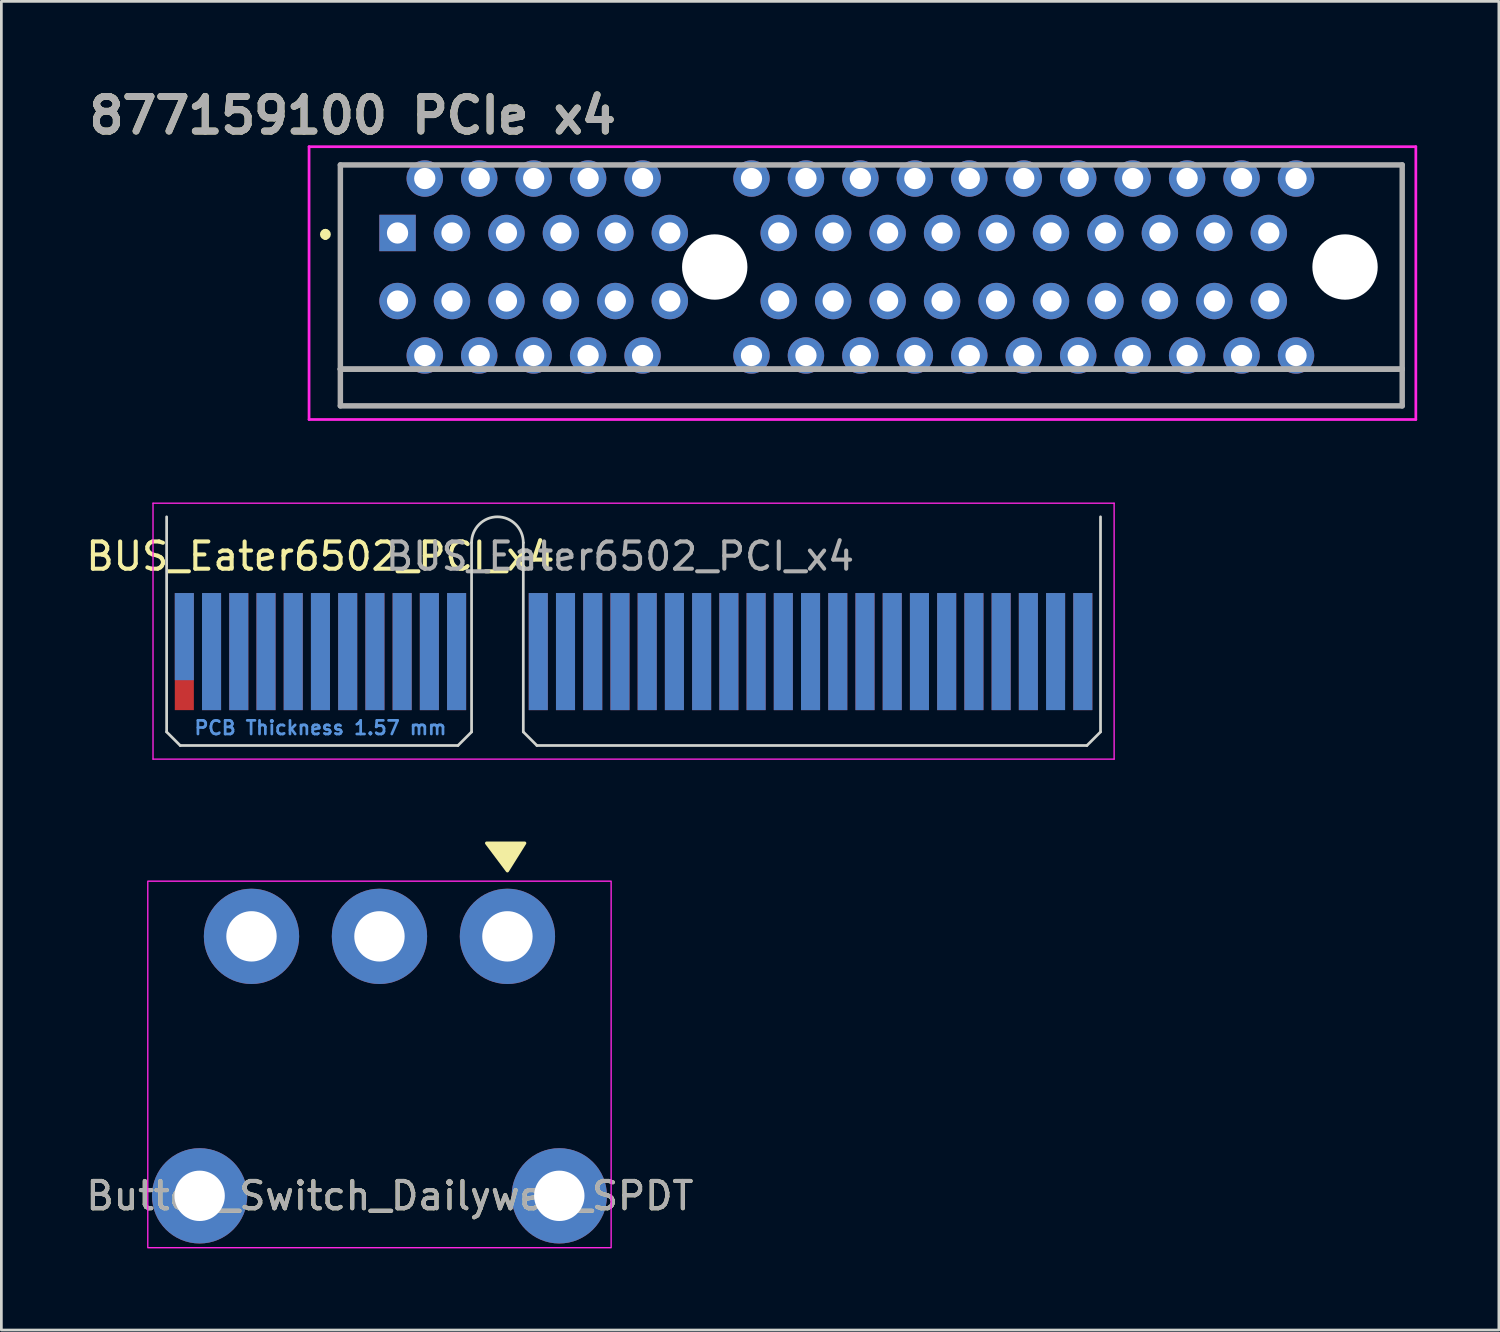
<source format=kicad_pcb>
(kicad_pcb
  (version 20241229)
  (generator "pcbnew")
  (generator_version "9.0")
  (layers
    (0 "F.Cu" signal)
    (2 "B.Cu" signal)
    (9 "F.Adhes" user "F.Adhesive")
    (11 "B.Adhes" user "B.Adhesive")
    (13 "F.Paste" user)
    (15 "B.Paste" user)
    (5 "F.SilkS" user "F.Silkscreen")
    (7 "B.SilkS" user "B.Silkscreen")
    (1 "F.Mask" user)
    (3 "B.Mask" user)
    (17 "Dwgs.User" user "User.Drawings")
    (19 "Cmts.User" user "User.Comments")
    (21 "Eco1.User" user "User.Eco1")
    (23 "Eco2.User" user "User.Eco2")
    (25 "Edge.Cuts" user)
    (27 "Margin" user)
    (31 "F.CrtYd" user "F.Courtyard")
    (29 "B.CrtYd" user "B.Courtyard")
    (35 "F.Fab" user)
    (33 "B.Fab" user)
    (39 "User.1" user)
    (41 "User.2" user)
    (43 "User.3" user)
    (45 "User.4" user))
  (footprint "Button_Switch_Dailywell_SPDT"
    (layer "F.Cu")
    (at 10.887 40.871)
    (property "Reference" "Button_Switch_Dailywell_SPDT" (at 0.381 0 0) (unlocked yes) (layer "F.SilkS") (effects (font (size 1 1) (thickness 0.15))))
    (attr through_hole)
    (fp_poly (pts (xy 4.699 -11.938) (xy 3.937 -12.954) (xy 5.334 -12.954)) (stroke (width 0.12) (type solid)) (fill yes) (layer "F.SilkS"))
    (fp_rect (start -8.509 1.905) (end 8.509 -11.557) (stroke (width 0.05) (type solid)) (fill no) (layer "F.CrtYd"))
    (fp_text user "${REFERENCE}" (at 0.381 0 0) (unlocked yes) (layer "F.Fab") (effects (font (size 1 1) (thickness 0.15))))
    (pad "1" thru_hole circle (at 4.7 -9.53) (size 3.5 3.5) (drill 1.85) (layers "*.Cu" "*.Mask"))
    (pad "2" thru_hole circle (at 0 -9.53) (size 3.5 3.5) (drill 1.85) (layers "*.Cu" "*.Mask"))
    (pad "3" thru_hole circle (at -4.7 -9.53) (size 3.5 3.5) (drill 1.85) (layers "*.Cu" "*.Mask"))
    (pad "MP" thru_hole circle (at -6.605 0) (size 3.5 3.5) (drill 1.85) (layers "*.Cu" "*.Mask"))
    (pad "MP" thru_hole circle (at 6.605 0 90) (size 3.5 3.5) (drill 1.85) (layers "*.Cu" "*.Mask")))
  (footprint "BUS_Eater6502_PCI_x4"
    (layer "F.Cu")
    (at 3.72 20.882)
    (property "Reference" "BUS_Eater6502_PCI_x4" (at 5 -3.5 0) (layer "F.SilkS") (effects (font (size 1 1) (thickness 0.15))))
    (attr exclude_from_pos_files)
    (fp_line (start -0.65 -4.95) (end -0.65 2.95) (stroke (width 0.1) (type solid)) (layer "Edge.Cuts"))
    (fp_line (start -0.65 2.95) (end -0.15 3.45) (stroke (width 0.1) (type solid)) (layer "Edge.Cuts"))
    (fp_line (start -0.15 3.45) (end 10.05 3.45) (stroke (width 0.1) (type solid)) (layer "Edge.Cuts"))
    (fp_line (start 10.55 -4) (end 10.55 2.95) (stroke (width 0.1) (type solid)) (layer "Edge.Cuts"))
    (fp_line (start 10.55 2.95) (end 10.05 3.45) (stroke (width 0.1) (type solid)) (layer "Edge.Cuts"))
    (fp_line (start 12.45 -4) (end 12.45 2.95) (stroke (width 0.1) (type solid)) (layer "Edge.Cuts"))
    (fp_line (start 12.45 2.95) (end 12.95 3.45) (stroke (width 0.1) (type solid)) (layer "Edge.Cuts"))
    (fp_line (start 12.95 3.45) (end 33.15 3.45) (stroke (width 0.1) (type solid)) (layer "Edge.Cuts"))
    (fp_line (start 33.65 -4.95) (end 33.65 2.95) (stroke (width 0.1) (type solid)) (layer "Edge.Cuts"))
    (fp_line (start 33.65 2.95) (end 33.15 3.45) (stroke (width 0.1) (type solid)) (layer "Edge.Cuts"))
    (fp_arc (start 10.55 -4) (mid 11.5 -4.95) (end 12.45 -4) (stroke (width 0.1) (type solid)) (layer "Edge.Cuts"))
    (fp_line (start -1.15 -5.45) (end -1.15 3.95) (stroke (width 0.05) (type solid)) (layer "F.CrtYd"))
    (fp_line (start -1.15 -5.45) (end 34.15 -5.45) (stroke (width 0.05) (type solid)) (layer "F.CrtYd"))
    (fp_line (start 34.15 3.95) (end -1.15 3.95) (stroke (width 0.05) (type solid)) (layer "F.CrtYd"))
    (fp_line (start 34.15 3.95) (end 34.15 -5.45) (stroke (width 0.05) (type solid)) (layer "F.CrtYd"))
    (fp_text user "PCB Thickness 1.57 mm" (at 5 2.8 0) (layer "Cmts.User") (effects (font (size 0.5 0.5) (thickness 0.1))))
    (fp_text user "${REFERENCE}" (at 16 -3.5 0) (layer "F.Fab") (effects (font (size 1 1) (thickness 0.15))))
    (pad "A1" connect rect (at 0 -0.55 180) (size 0.7 3.2) (layers "B.Cu" "B.Mask"))
    (pad "A2" connect rect (at 1 0 180) (size 0.7 4.3) (layers "B.Cu" "B.Mask"))
    (pad "A3" connect rect (at 2 0 180) (size 0.7 4.3) (layers "B.Cu" "B.Mask"))
    (pad "A4" connect rect (at 3 0 180) (size 0.7 4.3) (layers "B.Cu" "B.Mask"))
    (pad "A5" connect rect (at 4 0 180) (size 0.7 4.3) (layers "B.Cu" "B.Mask"))
    (pad "A6" connect rect (at 5 0 180) (size 0.7 4.3) (layers "B.Cu" "B.Mask"))
    (pad "A7" connect rect (at 6 0 180) (size 0.7 4.3) (layers "B.Cu" "B.Mask"))
    (pad "A8" connect rect (at 7 0 180) (size 0.7 4.3) (layers "B.Cu" "B.Mask"))
    (pad "A9" connect rect (at 8 0 180) (size 0.7 4.3) (layers "B.Cu" "B.Mask"))
    (pad "A10" connect rect (at 9 0 180) (size 0.7 4.3) (layers "B.Cu" "B.Mask"))
    (pad "A11" connect rect (at 10 0 180) (size 0.7 4.3) (layers "B.Cu" "B.Mask"))
    (pad "A12" connect rect (at 13 0 180) (size 0.7 4.3) (layers "B.Cu" "B.Mask"))
    (pad "A13" connect rect (at 14 0 180) (size 0.7 4.3) (layers "B.Cu" "B.Mask"))
    (pad "A14" connect rect (at 15 0 180) (size 0.7 4.3) (layers "B.Cu" "B.Mask"))
    (pad "A15" connect rect (at 16 0 180) (size 0.7 4.3) (layers "B.Cu" "B.Mask"))
    (pad "A16" connect rect (at 17 0 180) (size 0.7 4.3) (layers "B.Cu" "B.Mask"))
    (pad "A17" connect rect (at 18 0 180) (size 0.7 4.3) (layers "B.Cu" "B.Mask"))
    (pad "A18" connect rect (at 19 0 180) (size 0.7 4.3) (layers "B.Cu" "B.Mask"))
    (pad "A19" connect rect (at 20 0 180) (size 0.7 4.3) (layers "B.Cu" "B.Mask"))
    (pad "A20" connect rect (at 21 0 180) (size 0.7 4.3) (layers "B.Cu" "B.Mask"))
    (pad "A21" connect rect (at 22 0 180) (size 0.7 4.3) (layers "B.Cu" "B.Mask"))
    (pad "A22" connect rect (at 23 0 180) (size 0.7 4.3) (layers "B.Cu" "B.Mask"))
    (pad "A23" connect rect (at 24 0 180) (size 0.7 4.3) (layers "B.Cu" "B.Mask"))
    (pad "A24" connect rect (at 25 0 180) (size 0.7 4.3) (layers "B.Cu" "B.Mask"))
    (pad "A25" connect rect (at 26 0 180) (size 0.7 4.3) (layers "B.Cu" "B.Mask"))
    (pad "A26" connect rect (at 27 0 180) (size 0.7 4.3) (layers "B.Cu" "B.Mask"))
    (pad "A27" connect rect (at 28 0 180) (size 0.7 4.3) (layers "B.Cu" "B.Mask"))
    (pad "A28" connect rect (at 29 0 180) (size 0.7 4.3) (layers "B.Cu" "B.Mask"))
    (pad "A29" connect rect (at 30 0 180) (size 0.7 4.3) (layers "B.Cu" "B.Mask"))
    (pad "A30" connect rect (at 31 0 180) (size 0.7 4.3) (layers "B.Cu" "B.Mask"))
    (pad "A31" connect rect (at 32 0 180) (size 0.7 4.3) (layers "B.Cu" "B.Mask"))
    (pad "A32" connect rect (at 33 0 180) (size 0.7 4.3) (layers "B.Cu" "B.Mask"))
    (pad "B1" connect rect (at 0 0 180) (size 0.7 4.3) (layers "F.Cu" "F.Mask"))
    (pad "B2" connect rect (at 1 0 180) (size 0.7 4.3) (layers "F.Cu" "F.Mask"))
    (pad "B3" connect rect (at 2 0 180) (size 0.7 4.3) (layers "F.Cu" "F.Mask"))
    (pad "B4" connect rect (at 3 0 180) (size 0.7 4.3) (layers "F.Cu" "F.Mask"))
    (pad "B5" connect rect (at 4 0 180) (size 0.7 4.3) (layers "F.Cu" "F.Mask"))
    (pad "B6" connect rect (at 5 0 180) (size 0.7 4.3) (layers "F.Cu" "F.Mask"))
    (pad "B7" connect rect (at 6 0 180) (size 0.7 4.3) (layers "F.Cu" "F.Mask"))
    (pad "B8" connect rect (at 7 0 180) (size 0.7 4.3) (layers "F.Cu" "F.Mask"))
    (pad "B9" connect rect (at 8 0 180) (size 0.7 4.3) (layers "F.Cu" "F.Mask"))
    (pad "B10" connect rect (at 9 0 180) (size 0.7 4.3) (layers "F.Cu" "F.Mask"))
    (pad "B11" connect rect (at 10 0 180) (size 0.7 4.3) (layers "F.Cu" "F.Mask"))
    (pad "B12" connect rect (at 13 0 180) (size 0.7 4.3) (layers "F.Cu" "F.Mask"))
    (pad "B13" connect rect (at 14 0 180) (size 0.7 4.3) (layers "F.Cu" "F.Mask"))
    (pad "B14" connect rect (at 15 0 180) (size 0.7 4.3) (layers "F.Cu" "F.Mask"))
    (pad "B15" connect rect (at 16 0 180) (size 0.7 4.3) (layers "F.Cu" "F.Mask"))
    (pad "B16" connect rect (at 17 0 180) (size 0.7 4.3) (layers "F.Cu" "F.Mask"))
    (pad "B17" connect rect (at 18 0 180) (size 0.7 4.3) (layers "F.Cu" "F.Mask"))
    (pad "B18" connect rect (at 19 0 180) (size 0.7 4.3) (layers "F.Cu" "F.Mask"))
    (pad "B19" connect rect (at 20 0 180) (size 0.7 4.3) (layers "F.Cu" "F.Mask"))
    (pad "B20" connect rect (at 21 0 180) (size 0.7 4.3) (layers "F.Cu" "F.Mask"))
    (pad "B21" connect rect (at 22 0 180) (size 0.7 4.3) (layers "F.Cu" "F.Mask"))
    (pad "B22" connect rect (at 23 0 180) (size 0.7 4.3) (layers "F.Cu" "F.Mask"))
    (pad "B23" connect rect (at 24 0 180) (size 0.7 4.3) (layers "F.Cu" "F.Mask"))
    (pad "B24" connect rect (at 25 0 180) (size 0.7 4.3) (layers "F.Cu" "F.Mask"))
    (pad "B25" connect rect (at 26 0 180) (size 0.7 4.3) (layers "F.Cu" "F.Mask"))
    (pad "B26" connect rect (at 27 0 180) (size 0.7 4.3) (layers "F.Cu" "F.Mask"))
    (pad "B27" connect rect (at 28 0 180) (size 0.7 4.3) (layers "F.Cu" "F.Mask"))
    (pad "B28" connect rect (at 29 0 180) (size 0.7 4.3) (layers "F.Cu" "F.Mask"))
    (pad "B29" connect rect (at 30 0 180) (size 0.7 4.3) (layers "F.Cu" "F.Mask"))
    (pad "B30" connect rect (at 31 0 180) (size 0.7 4.3) (layers "F.Cu" "F.Mask"))
    (pad "B31" connect rect (at 32 -0.55 180) (size 0.7 3.2) (layers "F.Cu" "F.Mask"))
    (pad "B32" connect rect (at 33 0 180) (size 0.7 4.3) (layers "F.Cu" "F.Mask")))
  (footprint "877159100 PCIe x4"
    (layer "F.Cu")
    (at 11.551 5.507)
    (property "Reference" "877159100 PCIe x4" (at -1.651 -4.318 0) (layer "F.SilkS") (effects (font (size 1.27 1.27) (thickness 0.254))))
    (attr through_hole)
    (fp_line (start -2.65 -0.05) (end -2.65 -0.05) (stroke (width 0.2) (type solid)) (layer "F.SilkS"))
    (fp_line (start -2.65 0.15) (end -2.65 0.15) (stroke (width 0.2) (type solid)) (layer "F.SilkS"))
    (fp_line (start -2.1 -2.5) (end -2.1 5) (stroke (width 0.1) (type solid)) (layer "F.SilkS"))
    (fp_line (start -2.1 5) (end -0.1 5) (stroke (width 0.1) (type solid)) (layer "F.SilkS"))
    (fp_line (start -0.1 -2.5) (end -2.1 -2.5) (stroke (width 0.1) (type solid)) (layer "F.SilkS"))
    (fp_line (start 10.4 -2.5) (end 11.4 -2.5) (stroke (width 0.1) (type solid)) (layer "F.SilkS"))
    (fp_line (start 10.4 5) (end 11.4 5) (stroke (width 0.1) (type solid)) (layer "F.SilkS"))
    (fp_line (start 34.4 -2.5) (end 36.9 -2.5) (stroke (width 0.1) (type solid)) (layer "F.SilkS"))
    (fp_line (start 36.9 -2.5) (end 36.9 5) (stroke (width 0.1) (type solid)) (layer "F.SilkS"))
    (fp_line (start 36.9 5) (end 34.4 5) (stroke (width 0.1) (type solid)) (layer "F.SilkS"))
    (fp_arc (start -2.65 -0.05) (mid -2.55 0.05) (end -2.65 0.15) (stroke (width 0.2) (type solid)) (layer "F.SilkS"))
    (fp_arc (start -2.65 0.15) (mid -2.75 0.05) (end -2.65 -0.05) (stroke (width 0.2) (type solid)) (layer "F.SilkS"))
    (fp_line (start -3.25 -3.169) (end 37.4 -3.169) (stroke (width 0.1) (type solid)) (layer "F.CrtYd"))
    (fp_line (start -3.25 6.85) (end -3.25 -3.169) (stroke (width 0.1) (type solid)) (layer "F.CrtYd"))
    (fp_line (start 37.4 -3.169) (end 37.4 6.85) (stroke (width 0.1) (type solid)) (layer "F.CrtYd"))
    (fp_line (start 37.4 6.85) (end -3.25 6.85) (stroke (width 0.1) (type solid)) (layer "F.CrtYd"))
    (fp_line (start -2.1 -2.5) (end 36.9 -2.5) (stroke (width 0.2) (type solid)) (layer "F.Fab"))
    (fp_line (start -2.1 5) (end -2.1 -2.5) (stroke (width 0.2) (type solid)) (layer "F.Fab"))
    (fp_line (start -2.1 5) (end 36.9 5) (stroke (width 0.2) (type solid)) (layer "F.Fab"))
    (fp_line (start -2.1 6.35) (end -2.1 5) (stroke (width 0.2) (type solid)) (layer "F.Fab"))
    (fp_line (start 36.9 -2.5) (end 36.9 5) (stroke (width 0.2) (type solid)) (layer "F.Fab"))
    (fp_line (start 36.9 5) (end -2.1 5) (stroke (width 0.2) (type solid)) (layer "F.Fab"))
    (fp_line (start 36.9 5) (end 36.9 6.35) (stroke (width 0.2) (type solid)) (layer "F.Fab"))
    (fp_line (start 36.9 6.35) (end -2.1 6.35) (stroke (width 0.2) (type solid)) (layer "F.Fab"))
    (fp_text user "${REFERENCE}" (at -1.651 -4.318 0) (layer "F.Fab") (effects (font (size 1.27 1.27) (thickness 0.254))))
    (pad "" np_thru_hole circle (at 11.65 1.25) (size 2.4 2.4) (drill 2.4) (layers "*.Cu" "*.Mask"))
    (pad "" np_thru_hole circle (at 34.8 1.25) (size 2.4 2.4) (drill 2.4) (layers "*.Cu" "*.Mask"))
    (pad "A1" thru_hole rect (at 0 0) (size 1.337 1.337) (drill 0.78) (layers "*.Cu" "*.Mask"))
    (pad "A2" thru_hole circle (at 1 -2) (size 1.337 1.337) (drill 0.78) (layers "*.Cu" "*.Mask"))
    (pad "A3" thru_hole circle (at 2 0) (size 1.337 1.337) (drill 0.78) (layers "*.Cu" "*.Mask"))
    (pad "A4" thru_hole circle (at 3 -2) (size 1.337 1.337) (drill 0.78) (layers "*.Cu" "*.Mask"))
    (pad "A5" thru_hole circle (at 4 0) (size 1.337 1.337) (drill 0.78) (layers "*.Cu" "*.Mask"))
    (pad "A6" thru_hole circle (at 5 -2) (size 1.337 1.337) (drill 0.78) (layers "*.Cu" "*.Mask"))
    (pad "A7" thru_hole circle (at 6 0) (size 1.337 1.337) (drill 0.78) (layers "*.Cu" "*.Mask"))
    (pad "A8" thru_hole circle (at 7 -2) (size 1.337 1.337) (drill 0.78) (layers "*.Cu" "*.Mask"))
    (pad "A9" thru_hole circle (at 8 0) (size 1.337 1.337) (drill 0.78) (layers "*.Cu" "*.Mask"))
    (pad "A10" thru_hole circle (at 9 -2) (size 1.337 1.337) (drill 0.78) (layers "*.Cu" "*.Mask"))
    (pad "A11" thru_hole circle (at 10 0) (size 1.337 1.337) (drill 0.78) (layers "*.Cu" "*.Mask"))
    (pad "A12" thru_hole circle (at 13 -2) (size 1.337 1.337) (drill 0.78) (layers "*.Cu" "*.Mask"))
    (pad "A13" thru_hole circle (at 14 0) (size 1.337 1.337) (drill 0.78) (layers "*.Cu" "*.Mask"))
    (pad "A14" thru_hole circle (at 15 -2) (size 1.337 1.337) (drill 0.78) (layers "*.Cu" "*.Mask"))
    (pad "A15" thru_hole circle (at 16 0) (size 1.337 1.337) (drill 0.78) (layers "*.Cu" "*.Mask"))
    (pad "A16" thru_hole circle (at 17 -2) (size 1.337 1.337) (drill 0.78) (layers "*.Cu" "*.Mask"))
    (pad "A17" thru_hole circle (at 18 0) (size 1.337 1.337) (drill 0.78) (layers "*.Cu" "*.Mask"))
    (pad "A18" thru_hole circle (at 19 -2) (size 1.337 1.337) (drill 0.78) (layers "*.Cu" "*.Mask"))
    (pad "A19" thru_hole circle (at 20 0) (size 1.337 1.337) (drill 0.78) (layers "*.Cu" "*.Mask"))
    (pad "A20" thru_hole circle (at 21 -2) (size 1.337 1.337) (drill 0.78) (layers "*.Cu" "*.Mask"))
    (pad "A21" thru_hole circle (at 22 0) (size 1.337 1.337) (drill 0.78) (layers "*.Cu" "*.Mask"))
    (pad "A22" thru_hole circle (at 23 -2) (size 1.337 1.337) (drill 0.78) (layers "*.Cu" "*.Mask"))
    (pad "A23" thru_hole circle (at 24 0) (size 1.337 1.337) (drill 0.78) (layers "*.Cu" "*.Mask"))
    (pad "A24" thru_hole circle (at 25 -2) (size 1.337 1.337) (drill 0.78) (layers "*.Cu" "*.Mask"))
    (pad "A25" thru_hole circle (at 26 0) (size 1.337 1.337) (drill 0.78) (layers "*.Cu" "*.Mask"))
    (pad "A26" thru_hole circle (at 27 -2) (size 1.337 1.337) (drill 0.78) (layers "*.Cu" "*.Mask"))
    (pad "A27" thru_hole circle (at 28 0) (size 1.337 1.337) (drill 0.78) (layers "*.Cu" "*.Mask"))
    (pad "A28" thru_hole circle (at 29 -2) (size 1.337 1.337) (drill 0.78) (layers "*.Cu" "*.Mask"))
    (pad "A29" thru_hole circle (at 30 0) (size 1.337 1.337) (drill 0.78) (layers "*.Cu" "*.Mask"))
    (pad "A30" thru_hole circle (at 31 -2) (size 1.337 1.337) (drill 0.78) (layers "*.Cu" "*.Mask"))
    (pad "A31" thru_hole circle (at 32 0) (size 1.337 1.337) (drill 0.78) (layers "*.Cu" "*.Mask"))
    (pad "A32" thru_hole circle (at 33 -2) (size 1.337 1.337) (drill 0.78) (layers "*.Cu" "*.Mask"))
    (pad "B1" thru_hole circle (at 0 2.5) (size 1.337 1.337) (drill 0.78) (layers "*.Cu" "*.Mask"))
    (pad "B2" thru_hole circle (at 1 4.5) (size 1.337 1.337) (drill 0.78) (layers "*.Cu" "*.Mask"))
    (pad "B3" thru_hole circle (at 2 2.5) (size 1.337 1.337) (drill 0.78) (layers "*.Cu" "*.Mask"))
    (pad "B4" thru_hole circle (at 3 4.5) (size 1.337 1.337) (drill 0.78) (layers "*.Cu" "*.Mask"))
    (pad "B5" thru_hole circle (at 4 2.5) (size 1.337 1.337) (drill 0.78) (layers "*.Cu" "*.Mask"))
    (pad "B6" thru_hole circle (at 5 4.5) (size 1.337 1.337) (drill 0.78) (layers "*.Cu" "*.Mask"))
    (pad "B7" thru_hole circle (at 6 2.5) (size 1.337 1.337) (drill 0.78) (layers "*.Cu" "*.Mask"))
    (pad "B8" thru_hole circle (at 7 4.5) (size 1.337 1.337) (drill 0.78) (layers "*.Cu" "*.Mask"))
    (pad "B9" thru_hole circle (at 8 2.5) (size 1.337 1.337) (drill 0.78) (layers "*.Cu" "*.Mask"))
    (pad "B10" thru_hole circle (at 9 4.5) (size 1.337 1.337) (drill 0.78) (layers "*.Cu" "*.Mask"))
    (pad "B11" thru_hole circle (at 10 2.5) (size 1.337 1.337) (drill 0.78) (layers "*.Cu" "*.Mask"))
    (pad "B12" thru_hole circle (at 13 4.5) (size 1.337 1.337) (drill 0.78) (layers "*.Cu" "*.Mask"))
    (pad "B13" thru_hole circle (at 14 2.5) (size 1.337 1.337) (drill 0.78) (layers "*.Cu" "*.Mask"))
    (pad "B14" thru_hole circle (at 15 4.5) (size 1.337 1.337) (drill 0.78) (layers "*.Cu" "*.Mask"))
    (pad "B15" thru_hole circle (at 16 2.5) (size 1.337 1.337) (drill 0.78) (layers "*.Cu" "*.Mask"))
    (pad "B16" thru_hole circle (at 17 4.5) (size 1.337 1.337) (drill 0.78) (layers "*.Cu" "*.Mask"))
    (pad "B17" thru_hole circle (at 18 2.5) (size 1.337 1.337) (drill 0.78) (layers "*.Cu" "*.Mask"))
    (pad "B18" thru_hole circle (at 19 4.5) (size 1.337 1.337) (drill 0.78) (layers "*.Cu" "*.Mask"))
    (pad "B19" thru_hole circle (at 20 2.5) (size 1.337 1.337) (drill 0.78) (layers "*.Cu" "*.Mask"))
    (pad "B20" thru_hole circle (at 21 4.5) (size 1.337 1.337) (drill 0.78) (layers "*.Cu" "*.Mask"))
    (pad "B21" thru_hole circle (at 22 2.5) (size 1.337 1.337) (drill 0.78) (layers "*.Cu" "*.Mask"))
    (pad "B22" thru_hole circle (at 23 4.5) (size 1.337 1.337) (drill 0.78) (layers "*.Cu" "*.Mask"))
    (pad "B23" thru_hole circle (at 24 2.5) (size 1.337 1.337) (drill 0.78) (layers "*.Cu" "*.Mask"))
    (pad "B24" thru_hole circle (at 25 4.5) (size 1.337 1.337) (drill 0.78) (layers "*.Cu" "*.Mask"))
    (pad "B25" thru_hole circle (at 26 2.5) (size 1.337 1.337) (drill 0.78) (layers "*.Cu" "*.Mask"))
    (pad "B26" thru_hole circle (at 27 4.5) (size 1.337 1.337) (drill 0.78) (layers "*.Cu" "*.Mask"))
    (pad "B27" thru_hole circle (at 28 2.5) (size 1.337 1.337) (drill 0.78) (layers "*.Cu" "*.Mask"))
    (pad "B28" thru_hole circle (at 29 4.5) (size 1.337 1.337) (drill 0.78) (layers "*.Cu" "*.Mask"))
    (pad "B29" thru_hole circle (at 30 2.5) (size 1.337 1.337) (drill 0.78) (layers "*.Cu" "*.Mask"))
    (pad "B30" thru_hole circle (at 31 4.5) (size 1.337 1.337) (drill 0.78) (layers "*.Cu" "*.Mask"))
    (pad "B31" thru_hole circle (at 32 2.5) (size 1.337 1.337) (drill 0.78) (layers "*.Cu" "*.Mask"))
    (pad "B32" thru_hole circle (at 33 4.5) (size 1.337 1.337) (drill 0.78) (layers "*.Cu" "*.Mask")))
  (gr_rect
    (start -3 -3)
    (end 52.001 45.801)
    (stroke (width 0.1) (type default))
    (fill no)
    (layer "Edge.Cuts")))
</source>
